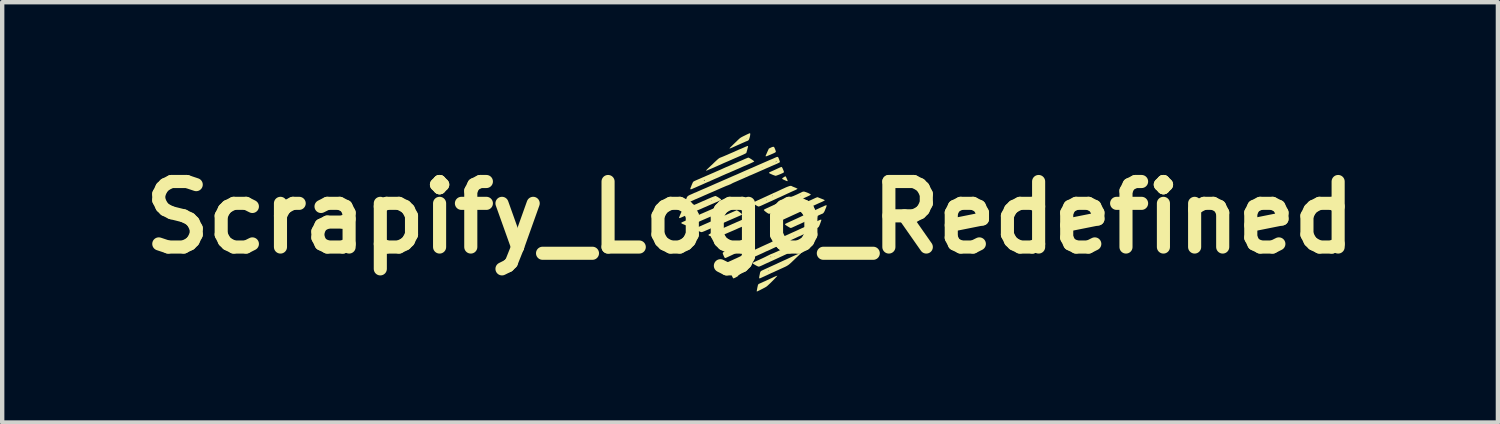
<source format=kicad_pcb>
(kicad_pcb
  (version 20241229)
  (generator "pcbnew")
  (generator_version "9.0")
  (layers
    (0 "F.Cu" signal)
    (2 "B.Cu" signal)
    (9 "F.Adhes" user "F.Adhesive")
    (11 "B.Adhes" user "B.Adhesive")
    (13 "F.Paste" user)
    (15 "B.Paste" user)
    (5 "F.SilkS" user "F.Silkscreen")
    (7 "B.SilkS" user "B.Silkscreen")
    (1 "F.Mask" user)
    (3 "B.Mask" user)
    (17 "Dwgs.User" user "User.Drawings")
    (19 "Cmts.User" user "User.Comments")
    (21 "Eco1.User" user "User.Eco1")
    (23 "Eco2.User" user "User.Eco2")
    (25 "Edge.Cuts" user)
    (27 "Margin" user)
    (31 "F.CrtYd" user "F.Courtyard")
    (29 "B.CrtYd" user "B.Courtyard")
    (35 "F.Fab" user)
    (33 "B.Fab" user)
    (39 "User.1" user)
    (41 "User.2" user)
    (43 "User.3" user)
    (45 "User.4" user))
  (footprint "Scrapify_Logo_Redefined"
    (layer "F.Cu")
    (at 14.121 1.927)
    (property "Reference" "Scrapify_Logo_Redefined" (at 0 0 0) (layer "F.SilkS") (effects (font (size 1.5 1.5) (thickness 0.3))))
    (attr board_only exclude_from_pos_files exclude_from_bom)
    (fp_poly (pts (xy -0.702 0.611) (xy -0.687 0.616) (xy -0.667 0.624) (xy -0.642 0.634) (xy -0.616 0.645) (xy -0.599 0.652) (xy -0.593 0.659) (xy -0.592 0.664) (xy -0.593 0.67) (xy -0.599 0.677) (xy -0.611 0.687) (xy -0.63 0.699) (xy -0.641 0.706) (xy -0.664 0.721) (xy -0.675 0.703) (xy -0.687 0.682) (xy -0.697 0.66) (xy -0.705 0.64) (xy -0.709 0.623) (xy -0.71 0.612) (xy -0.707 0.609)) (stroke (width 0) (type solid)) (fill yes) (layer "F.SilkS"))
    (fp_poly (pts (xy 0.816 -0.936) (xy 0.824 -0.924) (xy 0.832 -0.909) (xy 0.841 -0.888) (xy 0.85 -0.869) (xy 0.854 -0.858) (xy 0.86 -0.843) (xy 0.862 -0.834) (xy 0.858 -0.83) (xy 0.848 -0.831) (xy 0.829 -0.837) (xy 0.802 -0.849) (xy 0.799 -0.85) (xy 0.777 -0.86) (xy 0.758 -0.869) (xy 0.745 -0.876) (xy 0.742 -0.878) (xy 0.735 -0.885) (xy 0.737 -0.891) (xy 0.742 -0.897) (xy 0.752 -0.906) (xy 0.768 -0.917) (xy 0.785 -0.928) (xy 0.8 -0.937) (xy 0.81 -0.941) (xy 0.811 -0.941)) (stroke (width 0) (type solid)) (fill yes) (layer "F.SilkS"))
    (fp_poly (pts (xy 0.543 -1.615) (xy 0.551 -1.61) (xy 0.557 -1.599) (xy 0.565 -1.582) (xy 0.574 -1.561) (xy 0.582 -1.539) (xy 0.588 -1.52) (xy 0.591 -1.507) (xy 0.591 -1.504) (xy 0.589 -1.498) (xy 0.584 -1.492) (xy 0.575 -1.486) (xy 0.561 -1.478) (xy 0.54 -1.468) (xy 0.511 -1.455) (xy 0.474 -1.439) (xy 0.463 -1.434) (xy 0.426 -1.419) (xy 0.398 -1.408) (xy 0.379 -1.401) (xy 0.366 -1.398) (xy 0.359 -1.399) (xy 0.357 -1.404) (xy 0.358 -1.41) (xy 0.361 -1.42) (xy 0.369 -1.437) (xy 0.379 -1.46) (xy 0.391 -1.487) (xy 0.396 -1.499) (xy 0.431 -1.575) (xy 0.473 -1.596) (xy 0.504 -1.61) (xy 0.527 -1.616)) (stroke (width 0) (type solid)) (fill yes) (layer "F.SilkS"))
    (fp_poly (pts (xy 0.729 -1.15) (xy 0.739 -1.135) (xy 0.745 -1.123) (xy 0.759 -1.091) (xy 0.768 -1.068) (xy 0.774 -1.052) (xy 0.776 -1.042) (xy 0.776 -1.035) (xy 0.776 -1.034) (xy 0.769 -1.027) (xy 0.755 -1.018) (xy 0.74 -1.011) (xy 0.697 -0.992) (xy 0.66 -0.977) (xy 0.628 -0.965) (xy 0.605 -0.957) (xy 0.589 -0.953) (xy 0.586 -0.952) (xy 0.576 -0.955) (xy 0.557 -0.961) (xy 0.534 -0.969) (xy 0.507 -0.98) (xy 0.503 -0.982) (xy 0.471 -0.996) (xy 0.449 -1.007) (xy 0.437 -1.015) (xy 0.434 -1.021) (xy 0.439 -1.028) (xy 0.454 -1.037) (xy 0.48 -1.05) (xy 0.483 -1.051) (xy 0.538 -1.075) (xy 0.597 -1.102) (xy 0.663 -1.133) (xy 0.664 -1.133) (xy 0.685 -1.143) (xy 0.704 -1.15) (xy 0.717 -1.155) (xy 0.72 -1.155)) (stroke (width 0) (type solid)) (fill yes) (layer "F.SilkS"))
    (fp_poly (pts (xy -0.197 1.167) (xy -0.199 1.176) (xy -0.206 1.193) (xy -0.215 1.215) (xy -0.226 1.241) (xy -0.238 1.268) (xy -0.249 1.293) (xy -0.26 1.316) (xy -0.269 1.333) (xy -0.275 1.343) (xy -0.275 1.343) (xy -0.283 1.349) (xy -0.298 1.358) (xy -0.318 1.369) (xy -0.338 1.38) (xy -0.358 1.389) (xy -0.373 1.395) (xy -0.38 1.397) (xy -0.385 1.393) (xy -0.392 1.382) (xy -0.395 1.379) (xy -0.404 1.362) (xy -0.413 1.341) (xy -0.415 1.335) (xy -0.422 1.319) (xy -0.427 1.307) (xy -0.429 1.305) (xy -0.432 1.296) (xy -0.434 1.282) (xy -0.433 1.274) (xy -0.431 1.268) (xy -0.425 1.262) (xy -0.414 1.255) (xy -0.395 1.247) (xy -0.368 1.234) (xy -0.368 1.234) (xy -0.339 1.221) (xy -0.309 1.208) (xy -0.284 1.196) (xy -0.266 1.188) (xy -0.244 1.179) (xy -0.224 1.171) (xy -0.208 1.167) (xy -0.199 1.166)) (stroke (width 0) (type solid)) (fill yes) (layer "F.SilkS"))
    (fp_poly (pts (xy -0.43 0.729) (xy -0.413 0.734) (xy -0.39 0.742) (xy -0.365 0.752) (xy -0.339 0.762) (xy -0.317 0.77) (xy -0.3 0.777) (xy -0.292 0.78) (xy -0.283 0.786) (xy -0.284 0.794) (xy -0.294 0.804) (xy -0.306 0.81) (xy -0.32 0.817) (xy -0.342 0.827) (xy -0.368 0.84) (xy -0.395 0.853) (xy -0.397 0.854) (xy -0.442 0.875) (xy -0.478 0.892) (xy -0.506 0.905) (xy -0.527 0.915) (xy -0.543 0.922) (xy -0.554 0.926) (xy -0.561 0.929) (xy -0.566 0.93) (xy -0.569 0.93) (xy -0.578 0.926) (xy -0.586 0.915) (xy -0.594 0.9) (xy -0.608 0.868) (xy -0.618 0.844) (xy -0.624 0.827) (xy -0.625 0.815) (xy -0.622 0.807) (xy -0.616 0.802) (xy -0.609 0.797) (xy -0.591 0.789) (xy -0.568 0.778) (xy -0.542 0.767) (xy -0.515 0.756) (xy -0.489 0.745) (xy -0.466 0.736) (xy -0.449 0.73) (xy -0.439 0.727) (xy -0.439 0.727)) (stroke (width 0) (type solid)) (fill yes) (layer "F.SilkS"))
    (fp_poly (pts (xy 0.623 1.339) (xy 0.615 1.349) (xy 0.601 1.365) (xy 0.583 1.385) (xy 0.56 1.409) (xy 0.535 1.435) (xy 0.508 1.462) (xy 0.481 1.489) (xy 0.454 1.515) (xy 0.429 1.538) (xy 0.407 1.559) (xy 0.388 1.575) (xy 0.375 1.585) (xy 0.373 1.587) (xy 0.359 1.595) (xy 0.339 1.607) (xy 0.313 1.62) (xy 0.285 1.635) (xy 0.255 1.65) (xy 0.227 1.665) (xy 0.201 1.677) (xy 0.18 1.687) (xy 0.165 1.694) (xy 0.158 1.696) (xy 0.153 1.693) (xy 0.154 1.681) (xy 0.155 1.678) (xy 0.158 1.663) (xy 0.162 1.642) (xy 0.166 1.618) (xy 0.166 1.617) (xy 0.174 1.581) (xy 0.18 1.554) (xy 0.187 1.537) (xy 0.193 1.528) (xy 0.193 1.528) (xy 0.198 1.525) (xy 0.207 1.52) (xy 0.223 1.513) (xy 0.245 1.503) (xy 0.275 1.49) (xy 0.313 1.472) (xy 0.332 1.464) (xy 0.342 1.46) (xy 0.351 1.456) (xy 0.361 1.451) (xy 0.374 1.445) (xy 0.391 1.437) (xy 0.414 1.427) (xy 0.444 1.413) (xy 0.482 1.395) (xy 0.496 1.389) (xy 0.536 1.37) (xy 0.57 1.355) (xy 0.597 1.344) (xy 0.615 1.338) (xy 0.624 1.335)) (stroke (width 0) (type solid)) (fill yes) (layer "F.SilkS"))
    (fp_poly (pts (xy 0.003 -1.923) (xy 0.005 -1.91) (xy 0.004 -1.888) (xy -0.002 -1.856) (xy -0.008 -1.831) (xy -0.016 -1.804) (xy -0.023 -1.786) (xy -0.03 -1.773) (xy -0.038 -1.765) (xy -0.049 -1.757) (xy -0.058 -1.752) (xy -0.058 -1.752) (xy -0.063 -1.751) (xy -0.075 -1.746) (xy -0.094 -1.739) (xy -0.12 -1.727) (xy -0.154 -1.712) (xy -0.198 -1.693) (xy -0.25 -1.669) (xy -0.287 -1.653) (xy -0.318 -1.639) (xy -0.347 -1.626) (xy -0.371 -1.615) (xy -0.389 -1.607) (xy -0.397 -1.603) (xy -0.426 -1.591) (xy -0.446 -1.583) (xy -0.458 -1.579) (xy -0.465 -1.578) (xy -0.468 -1.581) (xy -0.468 -1.582) (xy -0.465 -1.587) (xy -0.457 -1.596) (xy -0.443 -1.611) (xy -0.422 -1.631) (xy -0.395 -1.658) (xy -0.36 -1.692) (xy -0.318 -1.732) (xy -0.294 -1.755) (xy -0.169 -1.755) (xy -0.166 -1.752) (xy -0.163 -1.755) (xy -0.166 -1.758) (xy -0.169 -1.755) (xy -0.294 -1.755) (xy -0.285 -1.765) (xy -0.277 -1.772) (xy -0.124 -1.772) (xy -0.121 -1.769) (xy -0.118 -1.772) (xy -0.121 -1.775) (xy -0.124 -1.772) (xy -0.277 -1.772) (xy -0.265 -1.783) (xy -0.113 -1.783) (xy -0.11 -1.78) (xy -0.107 -1.783) (xy -0.11 -1.786) (xy -0.113 -1.783) (xy -0.265 -1.783) (xy -0.263 -1.785) (xy -0.247 -1.8) (xy -0.089 -1.8) (xy -0.082 -1.799) (xy -0.076 -1.799) (xy -0.064 -1.799) (xy -0.061 -1.801) (xy -0.063 -1.801) (xy -0.077 -1.802) (xy -0.086 -1.801) (xy -0.089 -1.8) (xy -0.247 -1.8) (xy -0.246 -1.801) (xy -0.231 -1.813) (xy -0.215 -1.825) (xy -0.196 -1.836) (xy -0.174 -1.848) (xy -0.144 -1.863) (xy -0.119 -1.875) (xy -0.087 -1.891) (xy -0.058 -1.905) (xy -0.033 -1.916) (xy -0.016 -1.923) (xy -0.006 -1.927) (xy -0.005 -1.927)) (stroke (width 0) (type solid)) (fill yes) (layer "F.SilkS"))
    (fp_poly (pts (xy -0.045 -1.633) (xy -0.045 -1.631) (xy -0.046 -1.622) (xy -0.05 -1.604) (xy -0.056 -1.581) (xy -0.062 -1.556) (xy -0.069 -1.53) (xy -0.076 -1.506) (xy -0.081 -1.488) (xy -0.085 -1.476) (xy -0.086 -1.474) (xy -0.093 -1.469) (xy -0.11 -1.46) (xy -0.135 -1.447) (xy -0.17 -1.431) (xy -0.215 -1.411) (xy -0.271 -1.387) (xy -0.321 -1.365) (xy -0.348 -1.354) (xy -0.372 -1.343) (xy -0.393 -1.334) (xy -0.403 -1.33) (xy -0.416 -1.324) (xy -0.43 -1.317) (xy -0.448 -1.31) (xy -0.47 -1.3) (xy -0.499 -1.287) (xy -0.537 -1.271) (xy -0.538 -1.271) (xy -0.567 -1.258) (xy -0.595 -1.246) (xy -0.62 -1.235) (xy -0.634 -1.228) (xy -0.656 -1.218) (xy -0.685 -1.205) (xy -0.718 -1.191) (xy -0.753 -1.175) (xy -0.79 -1.159) (xy -0.825 -1.143) (xy -0.858 -1.129) (xy -0.887 -1.117) (xy -0.909 -1.108) (xy -0.923 -1.102) (xy -0.926 -1.101) (xy -0.946 -1.093) (xy -0.967 -1.083) (xy -0.969 -1.082) (xy -0.989 -1.073) (xy -1.001 -1.07) (xy -1.005 -1.074) (xy -1.002 -1.08) (xy -0.995 -1.088) (xy -0.982 -1.101) (xy -0.965 -1.118) (xy -0.947 -1.135) (xy -0.921 -1.159) (xy -0.892 -1.187) (xy -0.863 -1.213) (xy -0.851 -1.225) (xy -0.814 -1.261) (xy -0.784 -1.289) (xy -0.76 -1.311) (xy -0.741 -1.328) (xy -0.726 -1.341) (xy -0.714 -1.35) (xy -0.703 -1.357) (xy -0.693 -1.363) (xy -0.683 -1.367) (xy -0.671 -1.372) (xy -0.67 -1.372) (xy -0.655 -1.378) (xy -0.63 -1.388) (xy -0.599 -1.401) (xy -0.562 -1.417) (xy -0.521 -1.434) (xy -0.479 -1.453) (xy -0.435 -1.472) (xy -0.393 -1.49) (xy -0.354 -1.507) (xy -0.32 -1.523) (xy -0.291 -1.535) (xy -0.277 -1.542) (xy -0.258 -1.551) (xy -0.243 -1.557) (xy -0.234 -1.561) (xy -0.233 -1.561) (xy -0.227 -1.563) (xy -0.214 -1.568) (xy -0.207 -1.571) (xy -0.161 -1.591) (xy -0.125 -1.607) (xy -0.098 -1.619) (xy -0.077 -1.627) (xy -0.062 -1.632) (xy -0.053 -1.635) (xy -0.048 -1.635)) (stroke (width 0) (type solid)) (fill yes) (layer "F.SilkS"))
    (fp_poly (pts (xy -0.056 0.014) (xy -0.04 0.022) (xy -0.019 0.034) (xy -0.006 0.042) (xy 0.023 0.06) (xy 0.043 0.073) (xy 0.056 0.083) (xy 0.064 0.089) (xy 0.067 0.094) (xy 0.068 0.096) (xy 0.062 0.101) (xy 0.047 0.11) (xy 0.02 0.123) (xy -0.016 0.14) (xy -0.063 0.161) (xy -0.12 0.186) (xy -0.188 0.216) (xy -0.234 0.235) (xy -0.261 0.246) (xy -0.284 0.257) (xy -0.302 0.265) (xy -0.311 0.269) (xy -0.313 0.27) (xy -0.322 0.275) (xy -0.335 0.28) (xy -0.343 0.283) (xy -0.36 0.291) (xy -0.384 0.301) (xy -0.414 0.314) (xy -0.449 0.329) (xy -0.487 0.345) (xy -0.526 0.362) (xy -0.565 0.379) (xy -0.602 0.396) (xy -0.637 0.411) (xy -0.667 0.424) (xy -0.692 0.435) (xy -0.701 0.44) (xy -0.736 0.455) (xy -0.763 0.465) (xy -0.783 0.471) (xy -0.8 0.473) (xy -0.815 0.471) (xy -0.83 0.466) (xy -0.831 0.465) (xy -0.87 0.448) (xy -0.9 0.434) (xy -0.922 0.424) (xy -0.936 0.416) (xy -0.946 0.411) (xy -0.951 0.406) (xy -0.952 0.403) (xy -0.952 0.402) (xy -0.95 0.399) (xy -0.736 0.399) (xy -0.73 0.4) (xy -0.723 0.399) (xy -0.723 0.397) (xy -0.73 0.395) (xy -0.734 0.396) (xy -0.736 0.399) (xy -0.95 0.399) (xy -0.947 0.394) (xy -0.931 0.383) (xy -0.925 0.38) (xy -0.761 0.38) (xy -0.758 0.383) (xy -0.755 0.38) (xy -0.758 0.378) (xy -0.761 0.38) (xy -0.925 0.38) (xy -0.905 0.371) (xy -0.904 0.371) (xy -0.889 0.364) (xy -0.865 0.354) (xy -0.834 0.341) (xy -0.798 0.325) (xy -0.757 0.307) (xy -0.713 0.288) (xy -0.669 0.269) (xy -0.625 0.25) (xy -0.583 0.231) (xy -0.545 0.215) (xy -0.512 0.2) (xy -0.485 0.189) (xy -0.467 0.181) (xy -0.465 0.179) (xy -0.441 0.169) (xy -0.419 0.159) (xy -0.403 0.151) (xy -0.397 0.149) (xy -0.387 0.145) (xy -0.368 0.137) (xy -0.343 0.126) (xy -0.313 0.112) (xy -0.28 0.098) (xy -0.27 0.094) (xy -0.221 0.072) (xy -0.181 0.055) (xy -0.148 0.041) (xy -0.123 0.03) (xy -0.105 0.022) (xy -0.091 0.017) (xy -0.081 0.014) (xy -0.074 0.012) (xy -0.068 0.011) (xy -0.067 0.011)) (stroke (width 0) (type solid)) (fill yes) (layer "F.SilkS"))
    (fp_poly (pts (xy 1.551 -0.46) (xy 1.566 -0.455) (xy 1.568 -0.454) (xy 1.582 -0.448) (xy 1.603 -0.44) (xy 1.626 -0.431) (xy 1.649 -0.422) (xy 1.673 -0.413) (xy 1.689 -0.405) (xy 1.714 -0.394) (xy 1.701 -0.384) (xy 1.691 -0.378) (xy 1.673 -0.368) (xy 1.649 -0.357) (xy 1.623 -0.345) (xy 1.622 -0.345) (xy 1.592 -0.332) (xy 1.561 -0.318) (xy 1.533 -0.305) (xy 1.515 -0.297) (xy 1.458 -0.27) (xy 1.405 -0.245) (xy 1.357 -0.223) (xy 1.315 -0.204) (xy 1.281 -0.189) (xy 1.262 -0.18) (xy 1.235 -0.168) (xy 1.202 -0.153) (xy 1.171 -0.138) (xy 1.161 -0.134) (xy 1.139 -0.123) (xy 1.109 -0.109) (xy 1.072 -0.092) (xy 1.03 -0.073) (xy 0.984 -0.052) (xy 0.937 -0.03) (xy 0.889 -0.008) (xy 0.843 0.013) (xy 0.799 0.033) (xy 0.765 0.049) (xy 0.739 0.06) (xy 0.716 0.07) (xy 0.699 0.076) (xy 0.689 0.079) (xy 0.688 0.079) (xy 0.679 0.076) (xy 0.664 0.068) (xy 0.644 0.057) (xy 0.635 0.052) (xy 0.604 0.032) (xy 0.582 0.017) (xy 0.568 0.005) (xy 0.561 -0.003) (xy 0.56 -0.009) (xy 0.56 -0.011) (xy 0.568 -0.017) (xy 0.582 -0.025) (xy 0.597 -0.032) (xy 0.621 -0.043) (xy 0.649 -0.056) (xy 0.683 -0.072) (xy 0.724 -0.091) (xy 0.748 -0.102) (xy 0.769 -0.112) (xy 0.785 -0.119) (xy 0.795 -0.123) (xy 0.797 -0.124) (xy 0.802 -0.126) (xy 0.816 -0.133) (xy 0.836 -0.142) (xy 0.86 -0.153) (xy 0.864 -0.155) (xy 0.888 -0.167) (xy 0.909 -0.176) (xy 0.924 -0.183) (xy 0.931 -0.186) (xy 0.932 -0.186) (xy 0.938 -0.188) (xy 0.952 -0.194) (xy 0.97 -0.203) (xy 0.976 -0.205) (xy 1.002 -0.217) (xy 1.031 -0.231) (xy 1.055 -0.242) (xy 1.099 -0.262) (xy 1.144 -0.283) (xy 1.187 -0.302) (xy 1.197 -0.307) (xy 1.212 -0.314) (xy 1.235 -0.324) (xy 1.263 -0.337) (xy 1.293 -0.351) (xy 1.312 -0.36) (xy 1.34 -0.373) (xy 1.365 -0.385) (xy 1.385 -0.393) (xy 1.397 -0.399) (xy 1.4 -0.4) (xy 1.406 -0.402) (xy 1.419 -0.409) (xy 1.439 -0.418) (xy 1.463 -0.429) (xy 1.467 -0.431) (xy 1.492 -0.443) (xy 1.514 -0.452) (xy 1.531 -0.459) (xy 1.54 -0.462) (xy 1.541 -0.462)) (stroke (width 0) (type solid)) (fill yes) (layer "F.SilkS"))
    (fp_poly (pts (xy 1.752 -0.267) (xy 1.75 -0.254) (xy 1.744 -0.235) (xy 1.739 -0.22) (xy 1.729 -0.198) (xy 1.718 -0.171) (xy 1.71 -0.15) (xy 1.698 -0.127) (xy 1.685 -0.107) (xy 1.671 -0.092) (xy 1.659 -0.085) (xy 1.657 -0.085) (xy 1.65 -0.082) (xy 1.635 -0.076) (xy 1.615 -0.067) (xy 1.599 -0.06) (xy 1.57 -0.046) (xy 1.535 -0.03) (xy 1.502 -0.015) (xy 1.49 -0.01) (xy 1.46 0.004) (xy 1.428 0.019) (xy 1.398 0.033) (xy 1.386 0.038) (xy 1.36 0.05) (xy 1.334 0.063) (xy 1.312 0.073) (xy 1.307 0.075) (xy 1.291 0.082) (xy 1.268 0.093) (xy 1.239 0.106) (xy 1.208 0.121) (xy 1.19 0.129) (xy 1.162 0.142) (xy 1.137 0.154) (xy 1.118 0.162) (xy 1.105 0.168) (xy 1.102 0.169) (xy 1.096 0.171) (xy 1.083 0.177) (xy 1.063 0.187) (xy 1.041 0.197) (xy 1.005 0.213) (xy 0.978 0.226) (xy 0.958 0.234) (xy 0.944 0.24) (xy 0.934 0.242) (xy 0.93 0.242) (xy 0.921 0.239) (xy 0.906 0.232) (xy 0.887 0.221) (xy 0.882 0.218) (xy 0.851 0.199) (xy 0.829 0.185) (xy 0.814 0.174) (xy 0.805 0.167) (xy 0.802 0.161) (xy 0.801 0.158) (xy 0.803 0.154) (xy 0.808 0.149) (xy 0.816 0.144) (xy 0.831 0.136) (xy 0.851 0.126) (xy 0.88 0.113) (xy 0.917 0.096) (xy 0.918 0.095) (xy 0.961 0.076) (xy 0.996 0.06) (xy 1.024 0.047) (xy 1.047 0.037) (xy 1.068 0.027) (xy 1.088 0.018) (xy 1.102 0.011) (xy 1.129 -0.001) (xy 1.16 -0.016) (xy 1.19 -0.03) (xy 1.196 -0.033) (xy 1.218 -0.043) (xy 1.236 -0.051) (xy 1.248 -0.056) (xy 1.251 -0.056) (xy 1.259 -0.059) (xy 1.272 -0.065) (xy 1.277 -0.067) (xy 1.291 -0.074) (xy 1.311 -0.084) (xy 1.334 -0.095) (xy 1.359 -0.107) (xy 1.384 -0.118) (xy 1.405 -0.128) (xy 1.422 -0.136) (xy 1.432 -0.14) (xy 1.434 -0.141) (xy 1.437 -0.142) (xy 1.444 -0.145) (xy 1.457 -0.151) (xy 1.476 -0.159) (xy 1.502 -0.172) (xy 1.537 -0.188) (xy 1.58 -0.208) (xy 1.605 -0.22) (xy 1.632 -0.232) (xy 1.651 -0.24) (xy 1.67 -0.248) (xy 1.686 -0.255) (xy 1.694 -0.26) (xy 1.694 -0.26) (xy 1.704 -0.265) (xy 1.719 -0.271) (xy 1.727 -0.273) (xy 1.752 -0.281)) (stroke (width 0) (type solid)) (fill yes) (layer "F.SilkS"))
    (fp_poly (pts (xy 1.169 0.811) (xy 1.167 0.818) (xy 1.158 0.828) (xy 1.146 0.841) (xy 1.135 0.851) (xy 1.117 0.868) (xy 1.094 0.89) (xy 1.066 0.916) (xy 1.036 0.945) (xy 1.005 0.975) (xy 1.002 0.978) (xy 0.968 1.01) (xy 0.94 1.037) (xy 0.916 1.058) (xy 0.895 1.076) (xy 0.874 1.092) (xy 0.853 1.105) (xy 0.829 1.119) (xy 0.801 1.133) (xy 0.768 1.148) (xy 0.727 1.167) (xy 0.693 1.182) (xy 0.669 1.193) (xy 0.643 1.205) (xy 0.625 1.213) (xy 0.585 1.231) (xy 0.554 1.246) (xy 0.532 1.256) (xy 0.516 1.263) (xy 0.507 1.267) (xy 0.504 1.268) (xy 0.504 1.268) (xy 0.499 1.27) (xy 0.485 1.276) (xy 0.465 1.286) (xy 0.44 1.297) (xy 0.433 1.301) (xy 0.405 1.314) (xy 0.38 1.326) (xy 0.359 1.335) (xy 0.345 1.342) (xy 0.344 1.342) (xy 0.33 1.349) (xy 0.309 1.358) (xy 0.285 1.369) (xy 0.274 1.374) (xy 0.249 1.386) (xy 0.232 1.393) (xy 0.221 1.396) (xy 0.215 1.396) (xy 0.212 1.392) (xy 0.21 1.388) (xy 0.209 1.378) (xy 0.211 1.361) (xy 0.214 1.345) (xy 0.219 1.319) (xy 0.225 1.292) (xy 0.227 1.278) (xy 0.233 1.256) (xy 0.241 1.24) (xy 0.254 1.227) (xy 0.274 1.216) (xy 0.282 1.212) (xy 0.407 1.212) (xy 0.409 1.216) (xy 0.411 1.217) (xy 0.419 1.222) (xy 0.423 1.221) (xy 0.425 1.217) (xy 0.424 1.213) (xy 0.416 1.211) (xy 0.407 1.212) (xy 0.282 1.212) (xy 0.285 1.211) (xy 0.307 1.201) (xy 0.334 1.188) (xy 0.365 1.174) (xy 0.394 1.161) (xy 0.42 1.149) (xy 0.437 1.141) (xy 0.45 1.135) (xy 0.47 1.126) (xy 0.492 1.116) (xy 0.496 1.114) (xy 0.531 1.098) (xy 0.548 1.09) (xy 0.727 1.09) (xy 0.73 1.093) (xy 0.732 1.09) (xy 0.73 1.087) (xy 0.727 1.09) (xy 0.548 1.09) (xy 0.558 1.086) (xy 0.579 1.076) (xy 0.596 1.069) (xy 0.61 1.062) (xy 0.623 1.056) (xy 0.637 1.049) (xy 0.659 1.039) (xy 0.687 1.026) (xy 0.718 1.012) (xy 0.743 1) (xy 0.772 0.987) (xy 0.798 0.975) (xy 0.819 0.966) (xy 0.832 0.96) (xy 0.837 0.958) (xy 0.842 0.956) (xy 0.856 0.949) (xy 0.875 0.94) (xy 0.897 0.93) (xy 0.948 0.906) (xy 0.991 0.886) (xy 1.025 0.871) (xy 1.051 0.859) (xy 1.067 0.853) (xy 1.072 0.851) (xy 1.079 0.848) (xy 1.093 0.842) (xy 1.112 0.833) (xy 1.121 0.829) (xy 1.141 0.819) (xy 1.158 0.813) (xy 1.168 0.811)) (stroke (width 0) (type solid)) (fill yes) (layer "F.SilkS"))
    (fp_poly (pts (xy -0.28 -0.15) (xy -0.264 -0.14) (xy -0.244 -0.125) (xy -0.223 -0.108) (xy -0.218 -0.104) (xy -0.199 -0.089) (xy -0.189 -0.079) (xy -0.184 -0.072) (xy -0.185 -0.067) (xy -0.189 -0.062) (xy -0.19 -0.062) (xy -0.2 -0.055) (xy -0.217 -0.045) (xy -0.237 -0.037) (xy -0.258 -0.028) (xy -0.278 -0.019) (xy -0.29 -0.014) (xy -0.312 -0.004) (xy -0.343 0.009) (xy -0.38 0.025) (xy -0.421 0.043) (xy -0.464 0.062) (xy -0.508 0.081) (xy -0.549 0.1) (xy -0.587 0.116) (xy -0.62 0.13) (xy -0.631 0.135) (xy -0.666 0.15) (xy -0.702 0.166) (xy -0.736 0.181) (xy -0.764 0.194) (xy -0.778 0.2) (xy -0.807 0.213) (xy -0.84 0.227) (xy -0.87 0.24) (xy -0.879 0.244) (xy -0.902 0.253) (xy -0.931 0.266) (xy -0.965 0.281) (xy -0.998 0.295) (xy -1.011 0.301) (xy -1.046 0.316) (xy -1.074 0.327) (xy -1.094 0.334) (xy -1.11 0.337) (xy -1.122 0.336) (xy -1.133 0.332) (xy -1.138 0.33) (xy -1.151 0.324) (xy -1.16 0.321) (xy -1.171 0.319) (xy -1.187 0.312) (xy -1.207 0.303) (xy -1.227 0.292) (xy -1.246 0.281) (xy -1.26 0.272) (xy -1.267 0.266) (xy -1.268 0.265) (xy -1.262 0.258) (xy -1.259 0.256) (xy -1.099 0.256) (xy -1.096 0.259) (xy -1.093 0.256) (xy -1.096 0.254) (xy -1.099 0.256) (xy -1.259 0.256) (xy -1.247 0.249) (xy -1.224 0.238) (xy -1.221 0.237) (xy -1.193 0.225) (xy -1.188 0.223) (xy -1.02 0.223) (xy -1.017 0.225) (xy -1.014 0.223) (xy -1.017 0.22) (xy -1.02 0.223) (xy -1.188 0.223) (xy -1.162 0.211) (xy -1.135 0.199) (xy -1.133 0.198) (xy -1.115 0.191) (xy -1.101 0.184) (xy -1.088 0.178) (xy -1.073 0.172) (xy -1.055 0.164) (xy -1.031 0.153) (xy -1 0.14) (xy -0.992 0.136) (xy -0.964 0.124) (xy -0.93 0.109) (xy -0.892 0.093) (xy -0.853 0.076) (xy -0.83 0.065) (xy -0.799 0.052) (xy -0.772 0.04) (xy -0.75 0.031) (xy -0.736 0.025) (xy -0.73 0.023) (xy -0.73 0.023) (xy -0.724 0.02) (xy -0.71 0.015) (xy -0.692 0.007) (xy -0.692 0.006) (xy -0.678 0.000084) (xy -0.659 -0.008) (xy -0.547 -0.008) (xy -0.544 -0.006) (xy -0.496 -0.006) (xy -0.494 -0.001) (xy -0.492 -0.002) (xy -0.491 -0.009) (xy -0.492 -0.009) (xy -0.495 -0.009) (xy -0.496 -0.006) (xy -0.544 -0.006) (xy -0.541 -0.008) (xy -0.544 -0.011) (xy -0.547 -0.008) (xy -0.659 -0.008) (xy -0.655 -0.01) (xy -0.626 -0.023) (xy -0.59 -0.039) (xy -0.55 -0.056) (xy -0.508 -0.075) (xy -0.48 -0.087) (xy -0.304 -0.164)) (stroke (width 0) (type solid)) (fill yes) (layer "F.SilkS"))
    (fp_poly (pts (xy 1.246 -0.589) (xy 1.265 -0.583) (xy 1.289 -0.575) (xy 1.315 -0.565) (xy 1.34 -0.554) (xy 1.362 -0.543) (xy 1.379 -0.533) (xy 1.389 -0.526) (xy 1.39 -0.524) (xy 1.39 -0.52) (xy 1.387 -0.516) (xy 1.379 -0.511) (xy 1.367 -0.504) (xy 1.349 -0.495) (xy 1.324 -0.483) (xy 1.291 -0.468) (xy 1.249 -0.449) (xy 1.234 -0.442) (xy 1.199 -0.426) (xy 1.158 -0.408) (xy 1.115 -0.388) (xy 1.07 -0.367) (xy 1.026 -0.347) (xy 0.984 -0.327) (xy 0.947 -0.31) (xy 0.917 -0.296) (xy 0.897 -0.287) (xy 0.877 -0.277) (xy 0.86 -0.27) (xy 0.85 -0.265) (xy 0.849 -0.265) (xy 0.843 -0.263) (xy 0.829 -0.256) (xy 0.81 -0.248) (xy 0.794 -0.24) (xy 0.766 -0.227) (xy 0.733 -0.212) (xy 0.699 -0.196) (xy 0.676 -0.186) (xy 0.643 -0.171) (xy 0.605 -0.154) (xy 0.568 -0.137) (xy 0.544 -0.126) (xy 0.508 -0.109) (xy 0.481 -0.097) (xy 0.461 -0.089) (xy 0.446 -0.085) (xy 0.435 -0.083) (xy 0.427 -0.084) (xy 0.425 -0.085) (xy 0.411 -0.092) (xy 0.393 -0.103) (xy 0.372 -0.118) (xy 0.352 -0.133) (xy 0.335 -0.148) (xy 0.322 -0.16) (xy 0.316 -0.169) (xy 0.316 -0.17) (xy 0.321 -0.177) (xy 0.336 -0.187) (xy 0.356 -0.197) (xy 0.406 -0.22) (xy 0.448 -0.239) (xy 0.693 -0.239) (xy 0.696 -0.237) (xy 0.699 -0.239) (xy 0.696 -0.242) (xy 0.693 -0.239) (xy 0.448 -0.239) (xy 0.455 -0.243) (xy 0.5 -0.263) (xy 0.525 -0.275) (xy 0.544 -0.284) (xy 0.558 -0.29) (xy 0.565 -0.293) (xy 0.565 -0.293) (xy 0.571 -0.295) (xy 0.585 -0.302) (xy 0.605 -0.311) (xy 0.629 -0.322) (xy 0.633 -0.324) (xy 0.658 -0.336) (xy 0.679 -0.345) (xy 0.693 -0.352) (xy 0.7 -0.355) (xy 0.701 -0.355) (xy 0.706 -0.357) (xy 0.72 -0.363) (xy 0.74 -0.373) (xy 0.765 -0.384) (xy 0.767 -0.385) (xy 0.781 -0.392) (xy 0.913 -0.392) (xy 0.916 -0.389) (xy 0.918 -0.392) (xy 0.916 -0.394) (xy 0.913 -0.392) (xy 0.781 -0.392) (xy 0.794 -0.397) (xy 0.817 -0.408) (xy 0.958 -0.408) (xy 0.961 -0.406) (xy 0.963 -0.408) (xy 0.961 -0.411) (xy 0.958 -0.408) (xy 0.817 -0.408) (xy 0.818 -0.409) (xy 0.838 -0.418) (xy 0.851 -0.424) (xy 0.864 -0.43) (xy 0.885 -0.439) (xy 0.909 -0.451) (xy 0.927 -0.459) (xy 0.954 -0.472) (xy 0.981 -0.484) (xy 1.004 -0.494) (xy 1.014 -0.499) (xy 1.033 -0.507) (xy 1.04 -0.51) (xy 1.161 -0.51) (xy 1.162 -0.502) (xy 1.163 -0.501) (xy 1.167 -0.506) (xy 1.168 -0.51) (xy 1.168 -0.517) (xy 1.166 -0.518) (xy 1.161 -0.514) (xy 1.161 -0.51) (xy 1.04 -0.51) (xy 1.058 -0.518) (xy 1.087 -0.531) (xy 1.116 -0.545) (xy 1.144 -0.558) (xy 1.169 -0.57) (xy 1.187 -0.579) (xy 1.195 -0.583) (xy 1.211 -0.589) (xy 1.23 -0.591) (xy 1.232 -0.591)) (stroke (width 0) (type solid)) (fill yes) (layer "F.SilkS"))
    (fp_poly (pts (xy -0.538 -0.317) (xy -0.516 -0.306) (xy -0.488 -0.289) (xy -0.454 -0.265) (xy -0.441 -0.255) (xy -0.429 -0.243) (xy -0.428 -0.233) (xy -0.436 -0.224) (xy -0.455 -0.214) (xy -0.46 -0.212) (xy -0.483 -0.203) (xy -0.507 -0.192) (xy -0.516 -0.188) (xy -0.538 -0.179) (xy -0.563 -0.168) (xy -0.575 -0.163) (xy -0.596 -0.154) (xy -0.622 -0.143) (xy -0.645 -0.132) (xy -0.661 -0.125) (xy -0.685 -0.114) (xy -0.717 -0.1) (xy -0.754 -0.084) (xy -0.796 -0.065) (xy -0.84 -0.046) (xy -0.886 -0.026) (xy -0.931 -0.006) (xy -0.975 0.013) (xy -1.006 0.026) (xy -1.03 0.037) (xy -1.048 0.045) (xy -1.063 0.051) (xy -1.079 0.058) (xy -1.1 0.067) (xy -1.102 0.068) (xy -1.118 0.075) (xy -1.142 0.086) (xy -1.169 0.098) (xy -1.192 0.107) (xy -1.222 0.121) (xy -1.258 0.136) (xy -1.295 0.152) (xy -1.326 0.166) (xy -1.355 0.178) (xy -1.381 0.187) (xy -1.402 0.194) (xy -1.415 0.197) (xy -1.416 0.197) (xy -1.431 0.194) (xy -1.451 0.189) (xy -1.468 0.182) (xy -1.492 0.172) (xy -1.52 0.16) (xy -1.538 0.153) (xy -1.557 0.144) (xy -1.57 0.135) (xy -1.576 0.129) (xy -1.577 0.129) (xy -1.574 0.123) (xy -1.562 0.115) (xy -1.542 0.104) (xy -1.523 0.096) (xy -1.484 0.079) (xy -1.271 0.079) (xy -1.27 0.084) (xy -1.268 0.085) (xy -1.262 0.08) (xy -1.262 0.079) (xy -1.264 0.073) (xy -1.265 0.073) (xy -1.269 0.077) (xy -1.271 0.079) (xy -1.484 0.079) (xy -1.483 0.078) (xy -1.452 0.065) (xy -1.428 0.054) (xy -1.412 0.047) (xy -1.4 0.041) (xy -1.395 0.038) (xy -1.375 0.028) (xy -1.352 0.016) (xy -1.33 0.006) (xy -1.309 -0.003) (xy -1.294 -0.009) (xy -1.287 -0.011) (xy -1.279 -0.013) (xy -1.263 -0.019) (xy -1.24 -0.029) (xy -1.213 -0.04) (xy -1.193 -0.049) (xy -1.157 -0.064) (xy -1.118 -0.082) (xy -1.081 -0.097) (xy -0.988 -0.097) (xy -0.98 -0.097) (xy -0.972 -0.098) (xy -0.973 -0.1) (xy -0.985 -0.1) (xy -0.987 -0.1) (xy -0.988 -0.097) (xy -1.081 -0.097) (xy -1.079 -0.098) (xy -1.046 -0.113) (xy -1.038 -0.116) (xy -1.001 -0.132) (xy -0.806 -0.132) (xy -0.803 -0.13) (xy -0.8 -0.132) (xy -0.803 -0.135) (xy -0.806 -0.132) (xy -1.001 -0.132) (xy -0.992 -0.136) (xy -0.956 -0.152) (xy -0.929 -0.164) (xy -0.91 -0.172) (xy -0.904 -0.175) (xy -0.858 -0.195) (xy -0.646 -0.195) (xy -0.645 -0.192) (xy -0.642 -0.192) (xy -0.638 -0.194) (xy -0.639 -0.195) (xy -0.645 -0.196) (xy -0.646 -0.195) (xy -0.858 -0.195) (xy -0.842 -0.202) (xy -0.784 -0.228) (xy -0.73 -0.251) (xy -0.592 -0.251) (xy -0.589 -0.248) (xy -0.586 -0.251) (xy -0.589 -0.254) (xy -0.592 -0.251) (xy -0.73 -0.251) (xy -0.73 -0.251) (xy -0.682 -0.271) (xy -0.64 -0.289) (xy -0.605 -0.303) (xy -0.579 -0.313) (xy -0.561 -0.319) (xy -0.553 -0.321)) (stroke (width 0) (type solid)) (fill yes) (layer "F.SilkS"))
    (fp_poly (pts (xy -0.781 -0.487) (xy -0.764 -0.479) (xy -0.743 -0.468) (xy -0.721 -0.454) (xy -0.7 -0.44) (xy -0.681 -0.426) (xy -0.668 -0.415) (xy -0.662 -0.407) (xy -0.662 -0.406) (xy -0.662 -0.402) (xy -0.665 -0.399) (xy -0.67 -0.395) (xy -0.68 -0.389) (xy -0.696 -0.382) (xy -0.72 -0.371) (xy -0.749 -0.358) (xy -0.773 -0.348) (xy -0.806 -0.334) (xy -0.844 -0.317) (xy -0.886 -0.299) (xy -0.93 -0.28) (xy -0.973 -0.261) (xy -0.975 -0.26) (xy -1.015 -0.242) (xy -1.054 -0.226) (xy -1.089 -0.21) (xy -1.118 -0.197) (xy -1.141 -0.187) (xy -1.156 -0.181) (xy -1.158 -0.18) (xy -1.178 -0.172) (xy -1.197 -0.163) (xy -1.204 -0.16) (xy -1.217 -0.155) (xy -1.225 -0.152) (xy -1.225 -0.152) (xy -1.232 -0.15) (xy -1.246 -0.143) (xy -1.265 -0.134) (xy -1.28 -0.127) (xy -1.309 -0.113) (xy -1.342 -0.098) (xy -1.372 -0.085) (xy -1.379 -0.082) (xy -1.402 -0.073) (xy -1.431 -0.061) (xy -1.465 -0.046) (xy -1.5 -0.031) (xy -1.518 -0.023) (xy -1.553 -0.008) (xy -1.579 0.004) (xy -1.598 0.011) (xy -1.61 0.015) (xy -1.618 0.016) (xy -1.623 0.015) (xy -1.625 0.013) (xy -1.624 0.006) (xy -1.62 -0.009) (xy -1.612 -0.027) (xy -1.612 -0.028) (xy -1.602 -0.052) (xy -1.59 -0.081) (xy -1.578 -0.107) (xy -1.578 -0.109) (xy -1.561 -0.141) (xy -1.559 -0.145) (xy -1.441 -0.145) (xy -1.44 -0.141) (xy -1.437 -0.141) (xy -1.432 -0.143) (xy -1.433 -0.145) (xy -1.44 -0.145) (xy -1.441 -0.145) (xy -1.559 -0.145) (xy -1.544 -0.163) (xy -1.524 -0.178) (xy -1.522 -0.178) (xy -1.333 -0.178) (xy -1.333 -0.175) (xy -1.33 -0.175) (xy -1.325 -0.177) (xy -1.326 -0.178) (xy -1.333 -0.179) (xy -1.333 -0.178) (xy -1.522 -0.178) (xy -1.51 -0.183) (xy -1.498 -0.188) (xy -1.48 -0.196) (xy -1.459 -0.205) (xy -1.456 -0.206) (xy -1.433 -0.217) (xy -1.408 -0.228) (xy -1.389 -0.236) (xy -1.371 -0.243) (xy -1.348 -0.253) (xy -1.321 -0.266) (xy -1.307 -0.273) (xy -1.284 -0.283) (xy -1.265 -0.292) (xy -1.253 -0.297) (xy -1.249 -0.299) (xy -1.242 -0.301) (xy -1.226 -0.307) (xy -1.204 -0.317) (xy -1.177 -0.329) (xy -1.147 -0.342) (xy -1.115 -0.357) (xy -1.111 -0.358) (xy -1.092 -0.367) (xy -1.076 -0.374) (xy -1.067 -0.377) (xy -1.067 -0.378) (xy -1.06 -0.38) (xy -1.057 -0.381) (xy -0.889 -0.381) (xy -0.888 -0.378) (xy -0.885 -0.378) (xy -0.879 -0.382) (xy -0.877 -0.387) (xy -0.875 -0.393) (xy -0.88 -0.39) (xy -0.882 -0.389) (xy -0.889 -0.381) (xy -1.057 -0.381) (xy -1.047 -0.385) (xy -1.04 -0.388) (xy -1.002 -0.406) (xy -0.994 -0.409) (xy -0.821 -0.409) (xy -0.82 -0.406) (xy -0.817 -0.406) (xy -0.812 -0.408) (xy -0.813 -0.409) (xy -0.82 -0.41) (xy -0.821 -0.409) (xy -0.994 -0.409) (xy -0.964 -0.423) (xy -0.925 -0.439) (xy -0.889 -0.455) (xy -0.856 -0.468) (xy -0.828 -0.479) (xy -0.807 -0.486) (xy -0.794 -0.49) (xy -0.792 -0.49)) (stroke (width 0) (type solid)) (fill yes) (layer "F.SilkS"))
    (fp_poly (pts (xy 0.94 -0.722) (xy 0.949 -0.719) (xy 0.957 -0.715) (xy 0.959 -0.714) (xy 0.97 -0.708) (xy 0.989 -0.7) (xy 1.011 -0.691) (xy 1.014 -0.69) (xy 1.037 -0.681) (xy 1.057 -0.672) (xy 1.071 -0.665) (xy 1.073 -0.664) (xy 1.089 -0.655) (xy 1.059 -0.637) (xy 1.042 -0.628) (xy 1.03 -0.622) (xy 1.024 -0.62) (xy 1.018 -0.618) (xy 1.003 -0.611) (xy 0.983 -0.602) (xy 0.965 -0.594) (xy 0.934 -0.58) (xy 0.899 -0.563) (xy 0.865 -0.548) (xy 0.854 -0.543) (xy 0.824 -0.529) (xy 0.79 -0.513) (xy 0.755 -0.497) (xy 0.733 -0.487) (xy 0.709 -0.475) (xy 0.688 -0.466) (xy 0.674 -0.459) (xy 0.667 -0.456) (xy 0.667 -0.456) (xy 0.661 -0.454) (xy 0.647 -0.448) (xy 0.629 -0.44) (xy 0.624 -0.437) (xy 0.585 -0.419) (xy 0.554 -0.405) (xy 0.528 -0.393) (xy 0.505 -0.382) (xy 0.481 -0.371) (xy 0.455 -0.36) (xy 0.428 -0.348) (xy 0.396 -0.333) (xy 0.363 -0.318) (xy 0.334 -0.305) (xy 0.31 -0.294) (xy 0.304 -0.291) (xy 0.269 -0.275) (xy 0.242 -0.263) (xy 0.223 -0.256) (xy 0.209 -0.251) (xy 0.2 -0.249) (xy 0.195 -0.248) (xy 0.186 -0.251) (xy 0.169 -0.259) (xy 0.148 -0.271) (xy 0.131 -0.281) (xy 0.109 -0.295) (xy 0.09 -0.307) (xy 0.076 -0.317) (xy 0.07 -0.322) (xy 0.065 -0.329) (xy 0.068 -0.336) (xy 0.072 -0.339) (xy 0.08 -0.344) (xy 0.097 -0.353) (xy 0.118 -0.363) (xy 0.293 -0.363) (xy 0.296 -0.361) (xy 0.299 -0.363) (xy 0.296 -0.366) (xy 0.293 -0.363) (xy 0.118 -0.363) (xy 0.12 -0.364) (xy 0.147 -0.377) (xy 0.166 -0.386) (xy 0.185 -0.395) (xy 0.372 -0.395) (xy 0.376 -0.391) (xy 0.38 -0.392) (xy 0.388 -0.396) (xy 0.389 -0.398) (xy 0.384 -0.4) (xy 0.38 -0.4) (xy 0.373 -0.397) (xy 0.372 -0.395) (xy 0.185 -0.395) (xy 0.198 -0.4) (xy 0.216 -0.408) (xy 0.338 -0.408) (xy 0.341 -0.406) (xy 0.344 -0.408) (xy 0.341 -0.411) (xy 0.338 -0.408) (xy 0.216 -0.408) (xy 0.23 -0.415) (xy 0.247 -0.423) (xy 0.372 -0.423) (xy 0.374 -0.418) (xy 0.376 -0.419) (xy 0.376 -0.426) (xy 0.376 -0.426) (xy 0.372 -0.426) (xy 0.372 -0.423) (xy 0.247 -0.423) (xy 0.259 -0.428) (xy 0.282 -0.439) (xy 0.29 -0.442) (xy 0.312 -0.453) (xy 0.339 -0.465) (xy 0.35 -0.47) (xy 0.479 -0.47) (xy 0.482 -0.468) (xy 0.485 -0.47) (xy 0.482 -0.473) (xy 0.479 -0.47) (xy 0.35 -0.47) (xy 0.37 -0.479) (xy 0.394 -0.491) (xy 0.4 -0.493) (xy 0.507 -0.493) (xy 0.51 -0.486) (xy 0.513 -0.485) (xy 0.518 -0.489) (xy 0.518 -0.493) (xy 0.515 -0.501) (xy 0.513 -0.501) (xy 0.508 -0.497) (xy 0.507 -0.493) (xy 0.4 -0.493) (xy 0.426 -0.505) (xy 0.46 -0.521) (xy 0.492 -0.535) (xy 0.511 -0.545) (xy 0.533 -0.555) (xy 0.551 -0.563) (xy 0.563 -0.568) (xy 0.566 -0.569) (xy 0.572 -0.571) (xy 0.585 -0.577) (xy 0.604 -0.586) (xy 0.615 -0.591) (xy 0.679 -0.621) (xy 0.734 -0.647) (xy 0.781 -0.668) (xy 0.819 -0.686) (xy 0.851 -0.699) (xy 0.878 -0.709) (xy 0.899 -0.716) (xy 0.915 -0.72) (xy 0.929 -0.722)) (stroke (width 0) (type solid)) (fill yes) (layer "F.SilkS"))
    (fp_poly (pts (xy 1.506 0.381) (xy 1.509 0.389) (xy 1.508 0.399) (xy 1.505 0.414) (xy 1.498 0.435) (xy 1.488 0.461) (xy 1.478 0.488) (xy 1.468 0.513) (xy 1.46 0.533) (xy 1.455 0.543) (xy 1.446 0.554) (xy 1.43 0.566) (xy 1.406 0.58) (xy 1.374 0.596) (xy 1.349 0.607) (xy 1.332 0.614) (xy 1.308 0.625) (xy 1.278 0.639) (xy 1.245 0.653) (xy 1.212 0.669) (xy 1.181 0.683) (xy 1.154 0.695) (xy 1.144 0.7) (xy 1.126 0.708) (xy 1.101 0.72) (xy 1.073 0.733) (xy 1.051 0.743) (xy 1.021 0.756) (xy 0.985 0.773) (xy 0.948 0.79) (xy 0.916 0.804) (xy 0.886 0.818) (xy 0.856 0.832) (xy 0.83 0.843) (xy 0.811 0.852) (xy 0.809 0.853) (xy 0.784 0.864) (xy 0.757 0.877) (xy 0.738 0.886) (xy 0.716 0.896) (xy 0.694 0.906) (xy 0.679 0.913) (xy 0.664 0.92) (xy 0.643 0.93) (xy 0.618 0.941) (xy 0.602 0.949) (xy 0.571 0.963) (xy 0.537 0.979) (xy 0.505 0.993) (xy 0.495 0.998) (xy 0.472 1.008) (xy 0.453 1.017) (xy 0.44 1.023) (xy 0.437 1.026) (xy 0.427 1.03) (xy 0.417 1.034) (xy 0.407 1.038) (xy 0.389 1.046) (xy 0.366 1.056) (xy 0.347 1.065) (xy 0.305 1.085) (xy 0.273 1.1) (xy 0.247 1.111) (xy 0.229 1.119) (xy 0.215 1.124) (xy 0.205 1.126) (xy 0.198 1.127) (xy 0.187 1.124) (xy 0.169 1.117) (xy 0.147 1.106) (xy 0.125 1.094) (xy 0.102 1.081) (xy 0.082 1.068) (xy 0.068 1.059) (xy 0.062 1.053) (xy 0.06 1.048) (xy 0.06 1.044) (xy 0.065 1.04) (xy 0.074 1.034) (xy 0.088 1.026) (xy 0.11 1.015) (xy 0.119 1.011) (xy 0.293 1.011) (xy 0.296 1.014) (xy 0.299 1.011) (xy 0.296 1.009) (xy 0.293 1.011) (xy 0.119 1.011) (xy 0.14 1.002) (xy 0.156 0.994) (xy 0.338 0.994) (xy 0.341 0.997) (xy 0.344 0.994) (xy 0.341 0.992) (xy 0.338 0.994) (xy 0.156 0.994) (xy 0.175 0.986) (xy 0.181 0.983) (xy 0.327 0.983) (xy 0.33 0.986) (xy 0.332 0.983) (xy 0.33 0.98) (xy 0.327 0.983) (xy 0.181 0.983) (xy 0.218 0.967) (xy 0.219 0.966) (xy 0.4 0.966) (xy 0.403 0.969) (xy 0.406 0.966) (xy 0.403 0.963) (xy 0.4 0.966) (xy 0.219 0.966) (xy 0.258 0.948) (xy 0.297 0.93) (xy 0.338 0.91) (xy 0.351 0.904) (xy 0.453 0.904) (xy 0.46 0.906) (xy 0.465 0.907) (xy 0.477 0.91) (xy 0.483 0.912) (xy 0.483 0.912) (xy 0.486 0.909) (xy 0.487 0.907) (xy 0.485 0.904) (xy 0.484 0.903) (xy 0.509 0.903) (xy 0.51 0.907) (xy 0.513 0.907) (xy 0.516 0.906) (xy 0.56 0.906) (xy 0.566 0.907) (xy 0.573 0.906) (xy 0.573 0.904) (xy 0.566 0.902) (xy 0.562 0.903) (xy 0.56 0.906) (xy 0.516 0.906) (xy 0.517 0.905) (xy 0.516 0.903) (xy 0.51 0.903) (xy 0.509 0.903) (xy 0.484 0.903) (xy 0.473 0.902) (xy 0.469 0.902) (xy 0.456 0.903) (xy 0.453 0.904) (xy 0.351 0.904) (xy 0.384 0.887) (xy 0.425 0.867) (xy 0.449 0.855) (xy 0.469 0.845) (xy 0.475 0.843) (xy 0.658 0.843) (xy 0.666 0.844) (xy 0.668 0.844) (xy 0.677 0.843) (xy 0.678 0.842) (xy 0.678 0.841) (xy 0.666 0.84) (xy 0.661 0.841) (xy 0.658 0.843) (xy 0.475 0.843) (xy 0.485 0.839) (xy 0.49 0.837) (xy 0.502 0.832) (xy 0.523 0.824) (xy 0.55 0.813) (xy 0.581 0.799) (xy 0.615 0.784) (xy 0.65 0.768) (xy 0.684 0.752) (xy 0.693 0.748) (xy 0.719 0.736) (xy 0.744 0.724) (xy 0.764 0.715) (xy 0.775 0.71) (xy 0.793 0.702) (xy 0.815 0.692) (xy 0.829 0.685) (xy 0.87 0.667) (xy 0.91 0.648) (xy 0.948 0.631) (xy 0.984 0.615) (xy 1.015 0.6) (xy 1.041 0.589) (xy 1.06 0.58) (xy 1.071 0.575) (xy 1.073 0.575) (xy 1.078 0.572) (xy 1.092 0.566) (xy 1.112 0.557) (xy 1.137 0.545) (xy 1.145 0.542) (xy 1.177 0.526) (xy 1.213 0.51) (xy 1.248 0.494) (xy 1.273 0.483) (xy 1.303 0.47) (xy 1.333 0.456) (xy 1.36 0.443) (xy 1.373 0.437) (xy 1.392 0.428) (xy 1.407 0.421) (xy 1.416 0.417) (xy 1.416 0.417) (xy 1.422 0.415) (xy 1.436 0.409) (xy 1.454 0.4) (xy 1.46 0.398) (xy 1.48 0.389) (xy 1.496 0.383) (xy 1.505 0.381)) (stroke (width 0) (type solid)) (fill yes) (layer "F.SilkS"))
    (fp_poly (pts (xy -0.029 -1.366) (xy -0.013 -1.358) (xy 0.008 -1.346) (xy 0.03 -1.332) (xy 0.052 -1.317) (xy 0.072 -1.303) (xy 0.087 -1.291) (xy 0.095 -1.282) (xy 0.096 -1.279) (xy 0.091 -1.276) (xy 0.078 -1.269) (xy 0.057 -1.259) (xy 0.032 -1.247) (xy 0.004 -1.234) (xy -0.026 -1.221) (xy -0.055 -1.208) (xy -0.082 -1.196) (xy -0.106 -1.186) (xy -0.123 -1.179) (xy -0.124 -1.179) (xy -0.138 -1.173) (xy -0.156 -1.165) (xy -0.164 -1.162) (xy -0.178 -1.155) (xy -0.201 -1.145) (xy -0.227 -1.133) (xy -0.256 -1.121) (xy -0.259 -1.119) (xy -0.29 -1.106) (xy -0.327 -1.09) (xy -0.367 -1.072) (xy -0.405 -1.056) (xy -0.421 -1.049) (xy -0.45 -1.036) (xy -0.476 -1.024) (xy -0.497 -1.016) (xy -0.51 -1.01) (xy -0.515 -1.009) (xy -0.521 -1.006) (xy -0.535 -1) (xy -0.557 -0.991) (xy -0.583 -0.979) (xy -0.604 -0.97) (xy -0.638 -0.955) (xy -0.678 -0.937) (xy -0.721 -0.917) (xy -0.765 -0.898) (xy -0.803 -0.882) (xy -0.836 -0.867) (xy -0.866 -0.854) (xy -0.891 -0.843) (xy -0.91 -0.834) (xy -0.92 -0.829) (xy -0.921 -0.828) (xy -0.931 -0.823) (xy -0.941 -0.82) (xy -0.95 -0.816) (xy -0.968 -0.809) (xy -0.993 -0.798) (xy -1.022 -0.786) (xy -1.054 -0.771) (xy -1.059 -0.769) (xy -1.097 -0.752) (xy -1.136 -0.735) (xy -1.175 -0.718) (xy -1.209 -0.703) (xy -1.231 -0.693) (xy -1.259 -0.681) (xy -1.285 -0.67) (xy -1.308 -0.66) (xy -1.322 -0.653) (xy -1.323 -0.653) (xy -1.344 -0.645) (xy -1.358 -0.643) (xy -1.366 -0.647) (xy -1.366 -0.647) (xy -1.367 -0.65) (xy -1.368 -0.654) (xy -1.366 -0.66) (xy -1.363 -0.671) (xy -1.357 -0.687) (xy -1.347 -0.711) (xy -1.337 -0.738) (xy -1.326 -0.764) (xy -1.316 -0.787) (xy -1.308 -0.804) (xy -1.302 -0.813) (xy -1.292 -0.822) (xy -1.275 -0.831) (xy -1.268 -0.835) (xy -1.255 -0.841) (xy -1.251 -0.842) (xy -1.161 -0.842) (xy -1.158 -0.84) (xy -1.156 -0.842) (xy -1.065 -0.842) (xy -1.061 -0.841) (xy -1.052 -0.84) (xy -1.038 -0.841) (xy -1.032 -0.844) (xy -1.031 -0.852) (xy -1.032 -0.86) (xy -1.036 -0.858) (xy -1.038 -0.855) (xy -1.049 -0.847) (xy -1.059 -0.844) (xy -1.065 -0.842) (xy -1.156 -0.842) (xy -1.155 -0.842) (xy -1.158 -0.845) (xy -1.161 -0.842) (xy -1.251 -0.842) (xy -1.234 -0.85) (xy -1.206 -0.862) (xy -1.174 -0.876) (xy -1.14 -0.89) (xy -1.135 -0.893) (xy -1.1 -0.908) (xy -1.083 -0.916) (xy -0.941 -0.916) (xy -0.938 -0.913) (xy -0.935 -0.916) (xy -0.938 -0.918) (xy -0.941 -0.916) (xy -1.083 -0.916) (xy -1.065 -0.923) (xy -1.042 -0.933) (xy -0.843 -0.933) (xy -0.843 -0.93) (xy -0.84 -0.93) (xy -0.835 -0.932) (xy -0.836 -0.933) (xy -0.842 -0.934) (xy -0.843 -0.933) (xy -1.042 -0.933) (xy -1.033 -0.937) (xy -1.006 -0.949) (xy -0.987 -0.957) (xy -0.986 -0.958) (xy -0.966 -0.966) (xy -0.789 -0.966) (xy -0.786 -0.963) (xy -0.783 -0.966) (xy -0.786 -0.969) (xy -0.789 -0.966) (xy -0.966 -0.966) (xy -0.952 -0.972) (xy -0.913 -0.989) (xy -0.87 -1.008) (xy -0.862 -1.011) (xy -0.744 -1.011) (xy -0.741 -1.009) (xy -0.738 -1.011) (xy -0.741 -1.014) (xy -0.744 -1.011) (xy -0.862 -1.011) (xy -0.826 -1.027) (xy -0.823 -1.028) (xy -0.541 -1.028) (xy -0.538 -1.025) (xy -0.535 -1.028) (xy -0.538 -1.031) (xy -0.541 -1.028) (xy -0.823 -1.028) (xy -0.781 -1.047) (xy -0.737 -1.066) (xy -0.696 -1.084) (xy -0.66 -1.1) (xy -0.644 -1.107) (xy -0.468 -1.107) (xy -0.465 -1.104) (xy -0.462 -1.107) (xy -0.465 -1.11) (xy -0.468 -1.107) (xy -0.644 -1.107) (xy -0.629 -1.114) (xy -0.605 -1.125) (xy -0.592 -1.131) (xy -0.582 -1.135) (xy -0.445 -1.135) (xy -0.442 -1.133) (xy -0.439 -1.135) (xy -0.372 -1.135) (xy -0.369 -1.133) (xy -0.366 -1.135) (xy -0.369 -1.138) (xy -0.372 -1.135) (xy -0.439 -1.135) (xy -0.442 -1.138) (xy -0.445 -1.135) (xy -0.582 -1.135) (xy -0.569 -1.141) (xy -0.547 -1.151) (xy -0.531 -1.157) (xy -0.529 -1.158) (xy -0.513 -1.164) (xy -0.492 -1.173) (xy -0.472 -1.182) (xy -0.452 -1.191) (xy -0.425 -1.203) (xy -0.4 -1.214) (xy -0.141 -1.214) (xy -0.138 -1.211) (xy -0.135 -1.214) (xy -0.138 -1.217) (xy -0.141 -1.214) (xy -0.4 -1.214) (xy -0.396 -1.216) (xy -0.378 -1.224) (xy -0.356 -1.234) (xy -0.335 -1.242) (xy -0.203 -1.242) (xy -0.2 -1.24) (xy -0.197 -1.242) (xy -0.2 -1.245) (xy -0.203 -1.242) (xy -0.335 -1.242) (xy -0.325 -1.247) (xy -0.29 -1.262) (xy -0.25 -1.28) (xy -0.209 -1.297) (xy -0.182 -1.309) (xy -0.146 -1.325) (xy -0.112 -1.34) (xy -0.083 -1.352) (xy -0.061 -1.361) (xy -0.046 -1.367) (xy -0.04 -1.369)) (stroke (width 0) (type solid)) (fill yes) (layer "F.SilkS"))
    (fp_poly (pts (xy 1.633 0.056) (xy 1.633 0.063) (xy 1.628 0.078) (xy 1.621 0.099) (xy 1.612 0.125) (xy 1.602 0.152) (xy 1.592 0.177) (xy 1.584 0.196) (xy 1.58 0.205) (xy 1.573 0.216) (xy 1.564 0.226) (xy 1.55 0.236) (xy 1.53 0.247) (xy 1.502 0.26) (xy 1.482 0.27) (xy 1.467 0.276) (xy 1.445 0.287) (xy 1.418 0.299) (xy 1.39 0.312) (xy 1.39 0.312) (xy 1.365 0.324) (xy 1.344 0.334) (xy 1.329 0.341) (xy 1.321 0.344) (xy 1.321 0.344) (xy 1.316 0.346) (xy 1.302 0.352) (xy 1.282 0.361) (xy 1.258 0.372) (xy 1.258 0.372) (xy 1.217 0.392) (xy 1.185 0.407) (xy 1.162 0.418) (xy 1.145 0.426) (xy 1.134 0.43) (xy 1.127 0.433) (xy 1.125 0.434) (xy 1.125 0.434) (xy 1.119 0.436) (xy 1.105 0.442) (xy 1.086 0.451) (xy 1.064 0.461) (xy 1.037 0.474) (xy 1.011 0.486) (xy 0.989 0.496) (xy 0.978 0.501) (xy 0.964 0.507) (xy 0.951 0.513) (xy 0.935 0.52) (xy 0.915 0.53) (xy 0.888 0.542) (xy 0.854 0.558) (xy 0.848 0.561) (xy 0.829 0.569) (xy 0.803 0.581) (xy 0.77 0.596) (xy 0.734 0.613) (xy 0.697 0.63) (xy 0.682 0.637) (xy 0.644 0.654) (xy 0.606 0.671) (xy 0.571 0.687) (xy 0.54 0.702) (xy 0.516 0.712) (xy 0.51 0.716) (xy 0.471 0.734) (xy 0.441 0.748) (xy 0.419 0.758) (xy 0.404 0.765) (xy 0.394 0.769) (xy 0.389 0.771) (xy 0.386 0.772) (xy 0.386 0.772) (xy 0.38 0.774) (xy 0.367 0.78) (xy 0.348 0.789) (xy 0.342 0.792) (xy 0.321 0.802) (xy 0.292 0.816) (xy 0.261 0.83) (xy 0.234 0.842) (xy 0.205 0.855) (xy 0.169 0.872) (xy 0.13 0.889) (xy 0.092 0.907) (xy 0.073 0.916) (xy 0.04 0.931) (xy 0.006 0.947) (xy -0.024 0.96) (xy -0.049 0.972) (xy -0.062 0.977) (xy -0.089 0.989) (xy -0.119 1.003) (xy -0.148 1.016) (xy -0.149 1.017) (xy -0.172 1.027) (xy -0.193 1.037) (xy -0.208 1.044) (xy -0.211 1.045) (xy -0.223 1.05) (xy -0.242 1.059) (xy -0.266 1.071) (xy -0.293 1.083) (xy -0.295 1.084) (xy -0.32 1.096) (xy -0.341 1.106) (xy -0.356 1.112) (xy -0.363 1.116) (xy -0.363 1.116) (xy -0.369 1.118) (xy -0.382 1.124) (xy -0.401 1.133) (xy -0.413 1.138) (xy -0.442 1.151) (xy -0.463 1.158) (xy -0.477 1.16) (xy -0.486 1.157) (xy -0.488 1.154) (xy -0.494 1.143) (xy -0.502 1.125) (xy -0.51 1.104) (xy -0.518 1.083) (xy -0.525 1.064) (xy -0.529 1.051) (xy -0.53 1.048) (xy -0.526 1.036) (xy -0.523 1.033) (xy -0.518 1.03) (xy -0.508 1.025) (xy -0.493 1.017) (xy -0.471 1.007) (xy -0.442 0.994) (xy -0.404 0.977) (xy -0.359 0.956) (xy -0.303 0.931) (xy -0.301 0.93) (xy -0.28 0.92) (xy -0.261 0.911) (xy -0.248 0.905) (xy -0.248 0.905) (xy -0.236 0.899) (xy -0.218 0.89) (xy -0.195 0.88) (xy -0.183 0.874) (xy -0.141 0.856) (xy -0.094 0.835) (xy -0.046 0.812) (xy 0.001 0.791) (xy 0.041 0.772) (xy 0.051 0.768) (xy 0.067 0.76) (xy 0.092 0.749) (xy 0.124 0.734) (xy 0.162 0.716) (xy 0.204 0.697) (xy 0.249 0.676) (xy 0.292 0.656) (xy 0.417 0.656) (xy 0.42 0.659) (xy 0.423 0.656) (xy 0.42 0.654) (xy 0.417 0.656) (xy 0.292 0.656) (xy 0.296 0.655) (xy 0.299 0.653) (xy 0.345 0.632) (xy 0.389 0.612) (xy 0.431 0.593) (xy 0.468 0.576) (xy 0.499 0.561) (xy 0.523 0.55) (xy 0.538 0.543) (xy 0.539 0.543) (xy 0.559 0.534) (xy 0.574 0.527) (xy 0.582 0.524) (xy 0.583 0.524) (xy 0.589 0.522) (xy 0.603 0.515) (xy 0.624 0.506) (xy 0.649 0.494) (xy 0.663 0.487) (xy 0.699 0.47) (xy 0.739 0.451) (xy 0.778 0.433) (xy 0.794 0.426) (xy 0.991 0.426) (xy 0.998 0.427) (xy 1 0.427) (xy 1.01 0.427) (xy 1.011 0.425) (xy 1.01 0.425) (xy 0.999 0.423) (xy 0.993 0.424) (xy 0.991 0.426) (xy 0.794 0.426) (xy 0.813 0.418) (xy 0.814 0.417) (xy 0.845 0.403) (xy 0.877 0.389) (xy 0.906 0.375) (xy 0.929 0.365) (xy 0.931 0.364) (xy 0.957 0.352) (xy 0.988 0.338) (xy 1.017 0.325) (xy 1.024 0.322) (xy 1.053 0.309) (xy 1.086 0.294) (xy 1.116 0.28) (xy 1.121 0.277) (xy 1.147 0.266) (xy 1.178 0.251) (xy 1.211 0.237) (xy 1.234 0.226) (xy 1.264 0.213) (xy 1.295 0.199) (xy 1.322 0.186) (xy 1.34 0.178) (xy 1.359 0.168) (xy 1.374 0.161) (xy 1.382 0.158) (xy 1.383 0.158) (xy 1.389 0.156) (xy 1.402 0.15) (xy 1.421 0.141) (xy 1.432 0.136) (xy 1.457 0.124) (xy 1.487 0.11) (xy 1.519 0.095) (xy 1.546 0.082) (xy 1.579 0.067) (xy 1.603 0.057) (xy 1.619 0.052) (xy 1.629 0.052)) (stroke (width 0) (type solid)) (fill yes) (layer "F.SilkS"))
    (fp_poly (pts (xy 0.641 -1.381) (xy 0.647 -1.373) (xy 0.656 -1.353) (xy 0.665 -1.33) (xy 0.673 -1.307) (xy 0.68 -1.287) (xy 0.684 -1.272) (xy 0.684 -1.266) (xy 0.677 -1.26) (xy 0.661 -1.25) (xy 0.636 -1.238) (xy 0.604 -1.223) (xy 0.565 -1.206) (xy 0.549 -1.2) (xy 0.539 -1.195) (xy 0.518 -1.186) (xy 0.49 -1.174) (xy 0.455 -1.158) (xy 0.413 -1.14) (xy 0.366 -1.12) (xy 0.316 -1.097) (xy 0.262 -1.074) (xy 0.206 -1.049) (xy 0.179 -1.037) (xy 0.138 -1.019) (xy 0.101 -1.003) (xy 0.069 -0.989) (xy 0.042 -0.977) (xy 0.022 -0.969) (xy 0.011 -0.964) (xy 0.009 -0.963) (xy 0.002 -0.961) (xy -0.011 -0.956) (xy -0.029 -0.948) (xy -0.03 -0.947) (xy -0.05 -0.938) (xy -0.076 -0.926) (xy -0.105 -0.914) (xy -0.127 -0.904) (xy -0.158 -0.89) (xy -0.193 -0.875) (xy -0.225 -0.861) (xy -0.242 -0.854) (xy -0.271 -0.841) (xy -0.305 -0.826) (xy -0.339 -0.811) (xy -0.358 -0.803) (xy -0.383 -0.792) (xy -0.405 -0.781) (xy -0.421 -0.773) (xy -0.429 -0.768) (xy -0.438 -0.762) (xy -0.442 -0.761) (xy -0.449 -0.758) (xy -0.463 -0.753) (xy -0.477 -0.747) (xy -0.494 -0.739) (xy -0.507 -0.734) (xy -0.512 -0.732) (xy -0.521 -0.73) (xy -0.538 -0.723) (xy -0.562 -0.713) (xy -0.593 -0.7) (xy -0.596 -0.698) (xy -0.611 -0.692) (xy -0.621 -0.688) (xy -0.623 -0.687) (xy -0.629 -0.685) (xy -0.642 -0.679) (xy -0.66 -0.671) (xy -0.661 -0.671) (xy -0.677 -0.664) (xy -0.701 -0.653) (xy -0.731 -0.64) (xy -0.765 -0.625) (xy -0.8 -0.609) (xy -0.809 -0.606) (xy -0.842 -0.591) (xy -0.873 -0.578) (xy -0.899 -0.567) (xy -0.919 -0.558) (xy -0.931 -0.553) (xy -0.932 -0.552) (xy -0.947 -0.546) (xy -0.968 -0.537) (xy -0.992 -0.526) (xy -1.018 -0.515) (xy -1.041 -0.505) (xy -1.059 -0.497) (xy -1.068 -0.493) (xy -1.097 -0.48) (xy -1.128 -0.466) (xy -1.159 -0.453) (xy -1.187 -0.441) (xy -1.211 -0.43) (xy -1.23 -0.422) (xy -1.241 -0.418) (xy -1.243 -0.417) (xy -1.249 -0.415) (xy -1.262 -0.409) (xy -1.28 -0.401) (xy -1.28 -0.4) (xy -1.312 -0.386) (xy -1.345 -0.371) (xy -1.379 -0.356) (xy -1.411 -0.342) (xy -1.44 -0.33) (xy -1.464 -0.32) (xy -1.481 -0.313) (xy -1.49 -0.31) (xy -1.491 -0.31) (xy -1.498 -0.313) (xy -1.499 -0.315) (xy -1.497 -0.323) (xy -1.492 -0.339) (xy -1.485 -0.36) (xy -1.476 -0.382) (xy -1.468 -0.404) (xy -1.461 -0.422) (xy -1.459 -0.425) (xy -1.452 -0.442) (xy -1.447 -0.457) (xy -1.446 -0.46) (xy -1.435 -0.477) (xy -1.414 -0.495) (xy -1.385 -0.511) (xy -1.375 -0.516) (xy -1.35 -0.526) (xy -1.322 -0.539) (xy -1.297 -0.55) (xy -1.278 -0.559) (xy -1.262 -0.566) (xy -1.254 -0.569) (xy -1.253 -0.569) (xy -1.246 -0.571) (xy -1.23 -0.578) (xy -1.204 -0.59) (xy -1.175 -0.603) (xy -1.16 -0.609) (xy -1.139 -0.619) (xy -1.113 -0.63) (xy -1.09 -0.64) (xy -1.062 -0.652) (xy -1.029 -0.666) (xy -0.994 -0.681) (xy -0.958 -0.697) (xy -0.926 -0.711) (xy -0.898 -0.723) (xy -0.876 -0.733) (xy -0.871 -0.735) (xy -0.856 -0.742) (xy -0.835 -0.751) (xy -0.81 -0.762) (xy -0.786 -0.773) (xy -0.775 -0.778) (xy -0.766 -0.781) (xy -0.749 -0.789) (xy -0.725 -0.799) (xy -0.696 -0.812) (xy -0.663 -0.826) (xy -0.648 -0.833) (xy -0.609 -0.85) (xy -0.568 -0.868) (xy -0.528 -0.885) (xy -0.493 -0.901) (xy -0.465 -0.913) (xy -0.462 -0.914) (xy -0.429 -0.929) (xy -0.394 -0.944) (xy -0.36 -0.959) (xy -0.345 -0.965) (xy -0.105 -0.965) (xy -0.099 -0.964) (xy -0.092 -0.965) (xy -0.092 -0.967) (xy -0.099 -0.968) (xy -0.102 -0.967) (xy -0.105 -0.965) (xy -0.345 -0.965) (xy -0.335 -0.969) (xy -0.308 -0.981) (xy -0.282 -0.992) (xy -0.26 -1.002) (xy -0.251 -1.006) (xy -0.238 -1.012) (xy -0.217 -1.021) (xy -0.19 -1.033) (xy -0.159 -1.047) (xy -0.125 -1.062) (xy -0.091 -1.077) (xy -0.06 -1.09) (xy 0.107 -1.09) (xy 0.11 -1.087) (xy 0.113 -1.09) (xy 0.11 -1.093) (xy 0.107 -1.09) (xy -0.06 -1.09) (xy -0.058 -1.091) (xy -0.028 -1.104) (xy -0.003 -1.115) (xy 0.015 -1.123) (xy 0.025 -1.127) (xy 0.025 -1.127) (xy 0.036 -1.131) (xy 0.045 -1.135) (xy 0.186 -1.135) (xy 0.189 -1.133) (xy 0.191 -1.135) (xy 0.266 -1.135) (xy 0.273 -1.134) (xy 0.279 -1.134) (xy 0.29 -1.134) (xy 0.293 -1.136) (xy 0.292 -1.136) (xy 0.278 -1.137) (xy 0.269 -1.137) (xy 0.266 -1.135) (xy 0.191 -1.135) (xy 0.192 -1.135) (xy 0.189 -1.138) (xy 0.186 -1.135) (xy 0.045 -1.135) (xy 0.053 -1.139) (xy 0.073 -1.148) (xy 0.073 -1.148) (xy 0.112 -1.165) (xy 0.161 -1.187) (xy 0.211 -1.209) (xy 0.221 -1.213) (xy 0.24 -1.221) (xy 0.265 -1.232) (xy 0.296 -1.246) (xy 0.329 -1.26) (xy 0.537 -1.26) (xy 0.538 -1.257) (xy 0.541 -1.256) (xy 0.546 -1.259) (xy 0.545 -1.26) (xy 0.538 -1.261) (xy 0.537 -1.26) (xy 0.329 -1.26) (xy 0.33 -1.26) (xy 0.337 -1.264) (xy 0.586 -1.264) (xy 0.589 -1.261) (xy 0.597 -1.268) (xy 0.606 -1.278) (xy 0.609 -1.285) (xy 0.605 -1.286) (xy 0.597 -1.281) (xy 0.589 -1.271) (xy 0.586 -1.264) (xy 0.337 -1.264) (xy 0.347 -1.268) (xy 0.384 -1.284) (xy 0.42 -1.3) (xy 0.454 -1.315) (xy 0.483 -1.327) (xy 0.505 -1.336) (xy 0.51 -1.338) (xy 0.535 -1.349) (xy 0.561 -1.361) (xy 0.582 -1.37) (xy 0.585 -1.372) (xy 0.61 -1.382) (xy 0.628 -1.386)) (stroke (width 0) (type solid)) (fill yes) (layer "F.SilkS")))
  (gr_rect
    (start -3 -3)
    (end 31.243 6.623)
    (stroke (width 0.1) (type default))
    (fill no)
    (layer "Edge.Cuts")))
</source>
